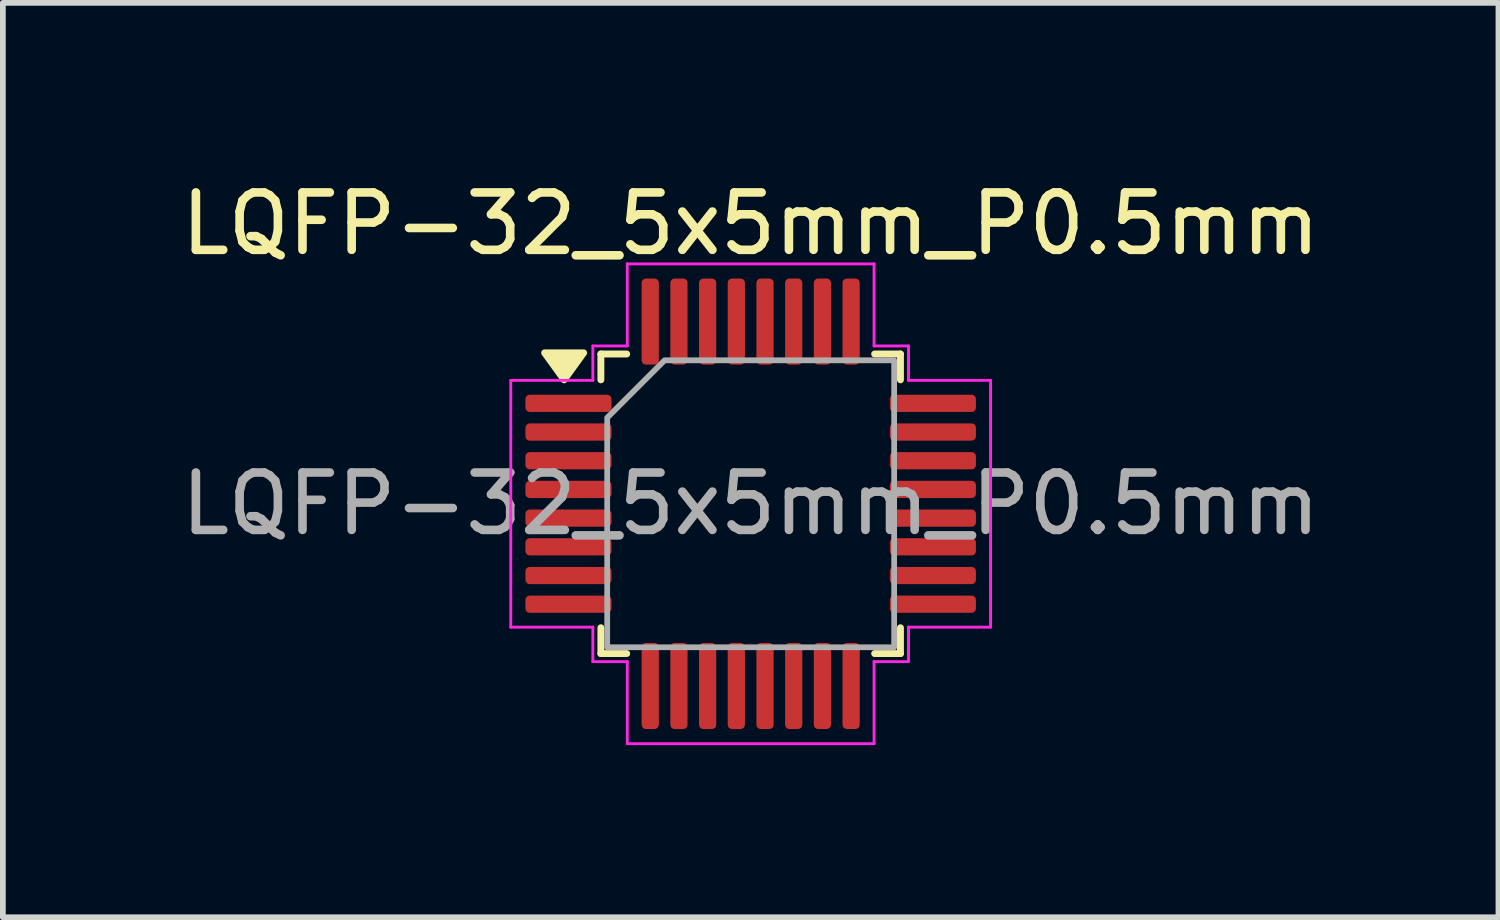
<source format=kicad_pcb>
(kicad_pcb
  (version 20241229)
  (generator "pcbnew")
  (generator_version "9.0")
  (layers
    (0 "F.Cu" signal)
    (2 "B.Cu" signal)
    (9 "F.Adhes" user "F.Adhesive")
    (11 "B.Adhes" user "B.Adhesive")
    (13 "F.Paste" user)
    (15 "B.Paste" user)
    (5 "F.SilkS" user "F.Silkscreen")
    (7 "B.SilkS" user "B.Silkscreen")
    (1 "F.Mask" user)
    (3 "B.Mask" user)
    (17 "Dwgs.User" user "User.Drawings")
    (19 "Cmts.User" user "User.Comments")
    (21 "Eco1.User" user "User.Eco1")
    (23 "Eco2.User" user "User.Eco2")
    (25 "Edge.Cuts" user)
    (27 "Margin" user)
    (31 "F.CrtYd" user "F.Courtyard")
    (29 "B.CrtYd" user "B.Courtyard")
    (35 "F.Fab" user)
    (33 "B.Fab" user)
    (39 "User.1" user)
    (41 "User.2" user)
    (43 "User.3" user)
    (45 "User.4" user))
  (footprint "LQFP-32_5x5mm_P0.5mm"
    (layer "F.Cu")
    (at 10.03 5.728)
    (property "Reference" "LQFP-32_5x5mm_P0.5mm" (at 0 -4.88 0) (layer "F.SilkS") (effects (font (size 1 1) (thickness 0.15))))
    (attr smd)
    (fp_line (start -2.61 -2.61) (end -2.16 -2.61) (stroke (width 0.12) (type solid)) (layer "F.SilkS"))
    (fp_line (start -2.61 -2.16) (end -2.61 -2.61) (stroke (width 0.12) (type solid)) (layer "F.SilkS"))
    (fp_line (start -2.61 2.61) (end -2.61 2.16) (stroke (width 0.12) (type solid)) (layer "F.SilkS"))
    (fp_line (start -2.16 2.61) (end -2.61 2.61) (stroke (width 0.12) (type solid)) (layer "F.SilkS"))
    (fp_line (start 2.16 -2.61) (end 2.61 -2.61) (stroke (width 0.12) (type solid)) (layer "F.SilkS"))
    (fp_line (start 2.61 -2.61) (end 2.61 -2.16) (stroke (width 0.12) (type solid)) (layer "F.SilkS"))
    (fp_line (start 2.61 2.16) (end 2.61 2.61) (stroke (width 0.12) (type solid)) (layer "F.SilkS"))
    (fp_line (start 2.61 2.61) (end 2.16 2.61) (stroke (width 0.12) (type solid)) (layer "F.SilkS"))
    (fp_poly (pts (xy -3.25 -2.16) (xy -3.59 -2.63) (xy -2.91 -2.63)) (stroke (width 0.12) (type solid)) (fill yes) (layer "F.SilkS"))
    (fp_line (start -4.18 -2.15) (end -2.75 -2.15) (stroke (width 0.05) (type solid)) (layer "F.CrtYd"))
    (fp_line (start -4.18 2.15) (end -4.18 -2.15) (stroke (width 0.05) (type solid)) (layer "F.CrtYd"))
    (fp_line (start -2.75 -2.75) (end -2.15 -2.75) (stroke (width 0.05) (type solid)) (layer "F.CrtYd"))
    (fp_line (start -2.75 -2.15) (end -2.75 -2.75) (stroke (width 0.05) (type solid)) (layer "F.CrtYd"))
    (fp_line (start -2.75 2.15) (end -4.18 2.15) (stroke (width 0.05) (type solid)) (layer "F.CrtYd"))
    (fp_line (start -2.75 2.75) (end -2.75 2.15) (stroke (width 0.05) (type solid)) (layer "F.CrtYd"))
    (fp_line (start -2.15 -4.18) (end 2.15 -4.18) (stroke (width 0.05) (type solid)) (layer "F.CrtYd"))
    (fp_line (start -2.15 -2.75) (end -2.15 -4.18) (stroke (width 0.05) (type solid)) (layer "F.CrtYd"))
    (fp_line (start -2.15 2.75) (end -2.75 2.75) (stroke (width 0.05) (type solid)) (layer "F.CrtYd"))
    (fp_line (start -2.15 4.18) (end -2.15 2.75) (stroke (width 0.05) (type solid)) (layer "F.CrtYd"))
    (fp_line (start 2.15 -4.18) (end 2.15 -2.75) (stroke (width 0.05) (type solid)) (layer "F.CrtYd"))
    (fp_line (start 2.15 -2.75) (end 2.75 -2.75) (stroke (width 0.05) (type solid)) (layer "F.CrtYd"))
    (fp_line (start 2.15 2.75) (end 2.15 4.18) (stroke (width 0.05) (type solid)) (layer "F.CrtYd"))
    (fp_line (start 2.15 4.18) (end -2.15 4.18) (stroke (width 0.05) (type solid)) (layer "F.CrtYd"))
    (fp_line (start 2.75 -2.75) (end 2.75 -2.15) (stroke (width 0.05) (type solid)) (layer "F.CrtYd"))
    (fp_line (start 2.75 -2.15) (end 4.18 -2.15) (stroke (width 0.05) (type solid)) (layer "F.CrtYd"))
    (fp_line (start 2.75 2.15) (end 2.75 2.75) (stroke (width 0.05) (type solid)) (layer "F.CrtYd"))
    (fp_line (start 2.75 2.75) (end 2.15 2.75) (stroke (width 0.05) (type solid)) (layer "F.CrtYd"))
    (fp_line (start 4.18 -2.15) (end 4.18 2.15) (stroke (width 0.05) (type solid)) (layer "F.CrtYd"))
    (fp_line (start 4.18 2.15) (end 2.75 2.15) (stroke (width 0.05) (type solid)) (layer "F.CrtYd"))
    (fp_poly (pts (xy -2.5 -1.5) (xy -2.5 2.5) (xy 2.5 2.5) (xy 2.5 -2.5) (xy -1.5 -2.5)) (stroke (width 0.1) (type solid)) (fill no) (layer "F.Fab"))
    (fp_text user "${REFERENCE}" (at 0 0 0) (layer "F.Fab") (effects (font (size 1 1) (thickness 0.15))))
    (pad "1" smd roundrect (at -3.175 -1.75) (size 1.5 0.3) (layers "F.Cu" "F.Mask" "F.Paste") (roundrect_rratio 0.25))
    (pad "2" smd roundrect (at -3.175 -1.25) (size 1.5 0.3) (layers "F.Cu" "F.Mask" "F.Paste") (roundrect_rratio 0.25))
    (pad "3" smd roundrect (at -3.175 -0.75) (size 1.5 0.3) (layers "F.Cu" "F.Mask" "F.Paste") (roundrect_rratio 0.25))
    (pad "4" smd roundrect (at -3.175 -0.25) (size 1.5 0.3) (layers "F.Cu" "F.Mask" "F.Paste") (roundrect_rratio 0.25))
    (pad "5" smd roundrect (at -3.175 0.25) (size 1.5 0.3) (layers "F.Cu" "F.Mask" "F.Paste") (roundrect_rratio 0.25))
    (pad "6" smd roundrect (at -3.175 0.75) (size 1.5 0.3) (layers "F.Cu" "F.Mask" "F.Paste") (roundrect_rratio 0.25))
    (pad "7" smd roundrect (at -3.175 1.25) (size 1.5 0.3) (layers "F.Cu" "F.Mask" "F.Paste") (roundrect_rratio 0.25))
    (pad "8" smd roundrect (at -3.175 1.75) (size 1.5 0.3) (layers "F.Cu" "F.Mask" "F.Paste") (roundrect_rratio 0.25))
    (pad "9" smd roundrect (at -1.75 3.175) (size 0.3 1.5) (layers "F.Cu" "F.Mask" "F.Paste") (roundrect_rratio 0.25))
    (pad "10" smd roundrect (at -1.25 3.175) (size 0.3 1.5) (layers "F.Cu" "F.Mask" "F.Paste") (roundrect_rratio 0.25))
    (pad "11" smd roundrect (at -0.75 3.175) (size 0.3 1.5) (layers "F.Cu" "F.Mask" "F.Paste") (roundrect_rratio 0.25))
    (pad "12" smd roundrect (at -0.25 3.175) (size 0.3 1.5) (layers "F.Cu" "F.Mask" "F.Paste") (roundrect_rratio 0.25))
    (pad "13" smd roundrect (at 0.25 3.175) (size 0.3 1.5) (layers "F.Cu" "F.Mask" "F.Paste") (roundrect_rratio 0.25))
    (pad "14" smd roundrect (at 0.75 3.175) (size 0.3 1.5) (layers "F.Cu" "F.Mask" "F.Paste") (roundrect_rratio 0.25))
    (pad "15" smd roundrect (at 1.25 3.175) (size 0.3 1.5) (layers "F.Cu" "F.Mask" "F.Paste") (roundrect_rratio 0.25))
    (pad "16" smd roundrect (at 1.75 3.175) (size 0.3 1.5) (layers "F.Cu" "F.Mask" "F.Paste") (roundrect_rratio 0.25))
    (pad "17" smd roundrect (at 3.175 1.75) (size 1.5 0.3) (layers "F.Cu" "F.Mask" "F.Paste") (roundrect_rratio 0.25))
    (pad "18" smd roundrect (at 3.175 1.25) (size 1.5 0.3) (layers "F.Cu" "F.Mask" "F.Paste") (roundrect_rratio 0.25))
    (pad "19" smd roundrect (at 3.175 0.75) (size 1.5 0.3) (layers "F.Cu" "F.Mask" "F.Paste") (roundrect_rratio 0.25))
    (pad "20" smd roundrect (at 3.175 0.25) (size 1.5 0.3) (layers "F.Cu" "F.Mask" "F.Paste") (roundrect_rratio 0.25))
    (pad "21" smd roundrect (at 3.175 -0.25) (size 1.5 0.3) (layers "F.Cu" "F.Mask" "F.Paste") (roundrect_rratio 0.25))
    (pad "22" smd roundrect (at 3.175 -0.75) (size 1.5 0.3) (layers "F.Cu" "F.Mask" "F.Paste") (roundrect_rratio 0.25))
    (pad "23" smd roundrect (at 3.175 -1.25) (size 1.5 0.3) (layers "F.Cu" "F.Mask" "F.Paste") (roundrect_rratio 0.25))
    (pad "24" smd roundrect (at 3.175 -1.75) (size 1.5 0.3) (layers "F.Cu" "F.Mask" "F.Paste") (roundrect_rratio 0.25))
    (pad "25" smd roundrect (at 1.75 -3.175) (size 0.3 1.5) (layers "F.Cu" "F.Mask" "F.Paste") (roundrect_rratio 0.25))
    (pad "26" smd roundrect (at 1.25 -3.175) (size 0.3 1.5) (layers "F.Cu" "F.Mask" "F.Paste") (roundrect_rratio 0.25))
    (pad "27" smd roundrect (at 0.75 -3.175) (size 0.3 1.5) (layers "F.Cu" "F.Mask" "F.Paste") (roundrect_rratio 0.25))
    (pad "28" smd roundrect (at 0.25 -3.175) (size 0.3 1.5) (layers "F.Cu" "F.Mask" "F.Paste") (roundrect_rratio 0.25))
    (pad "29" smd roundrect (at -0.25 -3.175) (size 0.3 1.5) (layers "F.Cu" "F.Mask" "F.Paste") (roundrect_rratio 0.25))
    (pad "30" smd roundrect (at -0.75 -3.175) (size 0.3 1.5) (layers "F.Cu" "F.Mask" "F.Paste") (roundrect_rratio 0.25))
    (pad "31" smd roundrect (at -1.25 -3.175) (size 0.3 1.5) (layers "F.Cu" "F.Mask" "F.Paste") (roundrect_rratio 0.25))
    (pad "32" smd roundrect (at -1.75 -3.175) (size 0.3 1.5) (layers "F.Cu" "F.Mask" "F.Paste") (roundrect_rratio 0.25)))
  (gr_rect
    (start -3 -3)
    (end 23.06 12.933)
    (stroke (width 0.1) (type default))
    (fill no)
    (layer "Edge.Cuts")))
</source>
